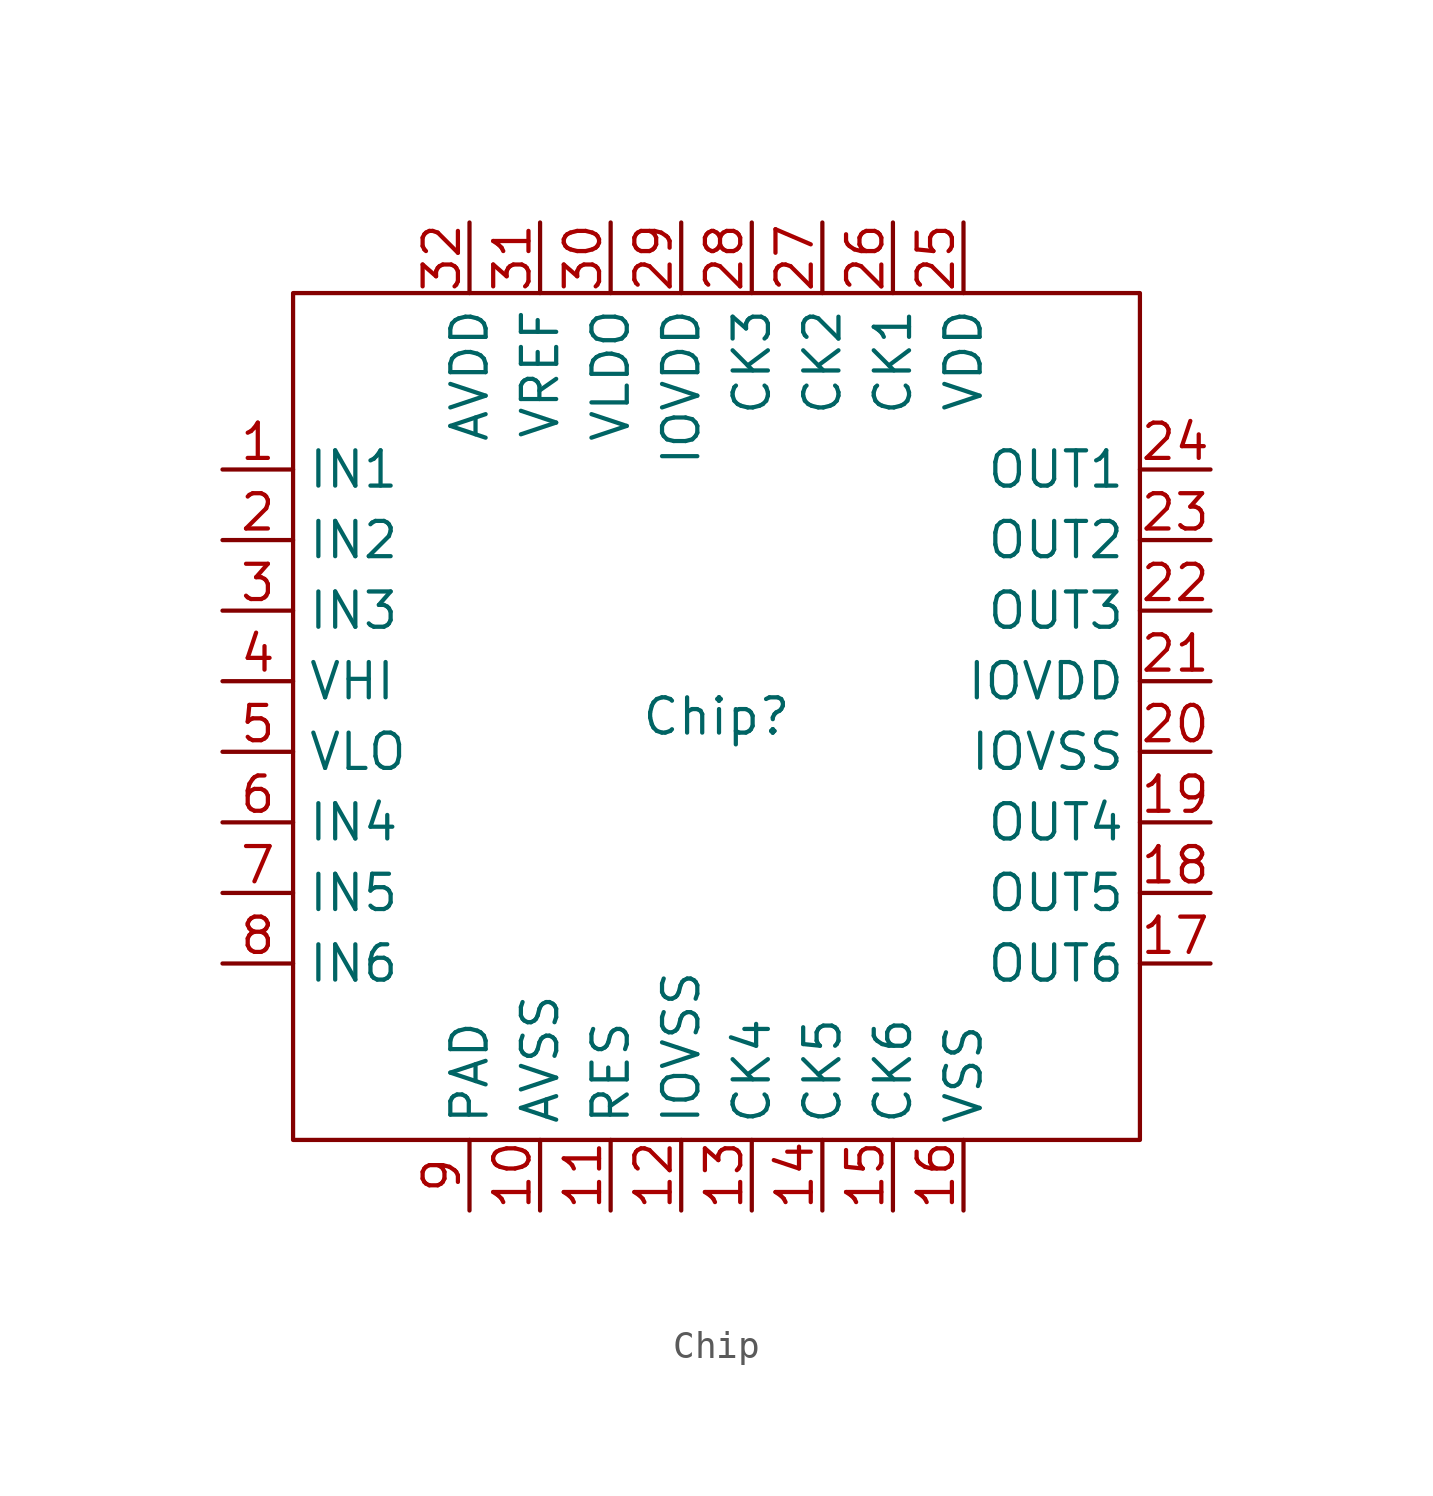
<source format=kicad_sym>
(kicad_symbol_lib
  (version 20231120)
  (generator "kicad_symbol_editor")
  (generator_version "8.0")
  (symbol "Chip"
    (property "Reference" "Chip"
      (at 0 0 0)
      (effects (font (size 1.27 1.27))))
    (property "Value" ""
      (at 0 0 0)
      (effects (font (size 1.27 1.27))))
    (symbol "Chip_0_1"
      (rectangle (start -15.24 15.24) (end 15.24 -15.24) (stroke (width 0) (type default)) (fill (type none))))
    (symbol "Chip_1_1"
      (pin input line (at -17.78 8.89 0) (length 2.54) (name "IN1" (effects (font (size 1.27 1.27)))) (number "1" (effects (font (size 1.27 1.27)))))
      (pin input line (at -6.35 -17.78 90) (length 2.54) (name "AVSS" (effects (font (size 1.27 1.27)))) (number "10" (effects (font (size 1.27 1.27)))))
      (pin input line (at -3.81 -17.78 90) (length 2.54) (name "RES" (effects (font (size 1.27 1.27)))) (number "11" (effects (font (size 1.27 1.27)))))
      (pin input line (at -1.27 -17.78 90) (length 2.54) (name "IOVSS" (effects (font (size 1.27 1.27)))) (number "12" (effects (font (size 1.27 1.27)))))
      (pin input line (at 1.27 -17.78 90) (length 2.54) (name "CK4" (effects (font (size 1.27 1.27)))) (number "13" (effects (font (size 1.27 1.27)))))
      (pin input line (at 3.81 -17.78 90) (length 2.54) (name "CK5" (effects (font (size 1.27 1.27)))) (number "14" (effects (font (size 1.27 1.27)))))
      (pin input line (at 6.35 -17.78 90) (length 2.54) (name "CK6" (effects (font (size 1.27 1.27)))) (number "15" (effects (font (size 1.27 1.27)))))
      (pin input line (at 8.89 -17.78 90) (length 2.54) (name "VSS" (effects (font (size 1.27 1.27)))) (number "16" (effects (font (size 1.27 1.27)))))
      (pin output line (at 17.78 -8.89 180) (length 2.54) (name "OUT6" (effects (font (size 1.27 1.27)))) (number "17" (effects (font (size 1.27 1.27)))))
      (pin output line (at 17.78 -6.35 180) (length 2.54) (name "OUT5" (effects (font (size 1.27 1.27)))) (number "18" (effects (font (size 1.27 1.27)))))
      (pin output line (at 17.78 -3.81 180) (length 2.54) (name "OUT4" (effects (font (size 1.27 1.27)))) (number "19" (effects (font (size 1.27 1.27)))))
      (pin input line (at -17.78 6.35 0) (length 2.54) (name "IN2" (effects (font (size 1.27 1.27)))) (number "2" (effects (font (size 1.27 1.27)))))
      (pin input line (at 17.78 -1.27 180) (length 2.54) (name "IOVSS" (effects (font (size 1.27 1.27)))) (number "20" (effects (font (size 1.27 1.27)))))
      (pin input line (at 17.78 1.27 180) (length 2.54) (name "IOVDD" (effects (font (size 1.27 1.27)))) (number "21" (effects (font (size 1.27 1.27)))))
      (pin output line (at 17.78 3.81 180) (length 2.54) (name "OUT3" (effects (font (size 1.27 1.27)))) (number "22" (effects (font (size 1.27 1.27)))))
      (pin output line (at 17.78 6.35 180) (length 2.54) (name "OUT2" (effects (font (size 1.27 1.27)))) (number "23" (effects (font (size 1.27 1.27)))))
      (pin output line (at 17.78 8.89 180) (length 2.54) (name "OUT1" (effects (font (size 1.27 1.27)))) (number "24" (effects (font (size 1.27 1.27)))))
      (pin input line (at 8.89 17.78 270) (length 2.54) (name "VDD" (effects (font (size 1.27 1.27)))) (number "25" (effects (font (size 1.27 1.27)))))
      (pin input line (at 6.35 17.78 270) (length 2.54) (name "CK1" (effects (font (size 1.27 1.27)))) (number "26" (effects (font (size 1.27 1.27)))))
      (pin input line (at 3.81 17.78 270) (length 2.54) (name "CK2" (effects (font (size 1.27 1.27)))) (number "27" (effects (font (size 1.27 1.27)))))
      (pin input line (at 1.27 17.78 270) (length 2.54) (name "CK3" (effects (font (size 1.27 1.27)))) (number "28" (effects (font (size 1.27 1.27)))))
      (pin input line (at -1.27 17.78 270) (length 2.54) (name "IOVDD" (effects (font (size 1.27 1.27)))) (number "29" (effects (font (size 1.27 1.27)))))
      (pin input line (at -17.78 3.81 0) (length 2.54) (name "IN3" (effects (font (size 1.27 1.27)))) (number "3" (effects (font (size 1.27 1.27)))))
      (pin output line (at -3.81 17.78 270) (length 2.54) (name "VLDO" (effects (font (size 1.27 1.27)))) (number "30" (effects (font (size 1.27 1.27)))))
      (pin input line (at -6.35 17.78 270) (length 2.54) (name "VREF" (effects (font (size 1.27 1.27)))) (number "31" (effects (font (size 1.27 1.27)))))
      (pin input line (at -8.89 17.78 270) (length 2.54) (name "AVDD" (effects (font (size 1.27 1.27)))) (number "32" (effects (font (size 1.27 1.27)))))
      (pin input line (at -17.78 1.27 0) (length 2.54) (name "VHI" (effects (font (size 1.27 1.27)))) (number "4" (effects (font (size 1.27 1.27)))))
      (pin input line (at -17.78 -1.27 0) (length 2.54) (name "VLO" (effects (font (size 1.27 1.27)))) (number "5" (effects (font (size 1.27 1.27)))))
      (pin input line (at -17.78 -3.81 0) (length 2.54) (name "IN4" (effects (font (size 1.27 1.27)))) (number "6" (effects (font (size 1.27 1.27)))))
      (pin input line (at -17.78 -6.35 0) (length 2.54) (name "IN5" (effects (font (size 1.27 1.27)))) (number "7" (effects (font (size 1.27 1.27)))))
      (pin input line (at -17.78 -8.89 0) (length 2.54) (name "IN6" (effects (font (size 1.27 1.27)))) (number "8" (effects (font (size 1.27 1.27)))))
      (pin unspecified line (at -8.89 -17.78 90) (length 2.54) (name "PAD" (effects (font (size 1.27 1.27)))) (number "9" (effects (font (size 1.27 1.27))))))))
</source>
